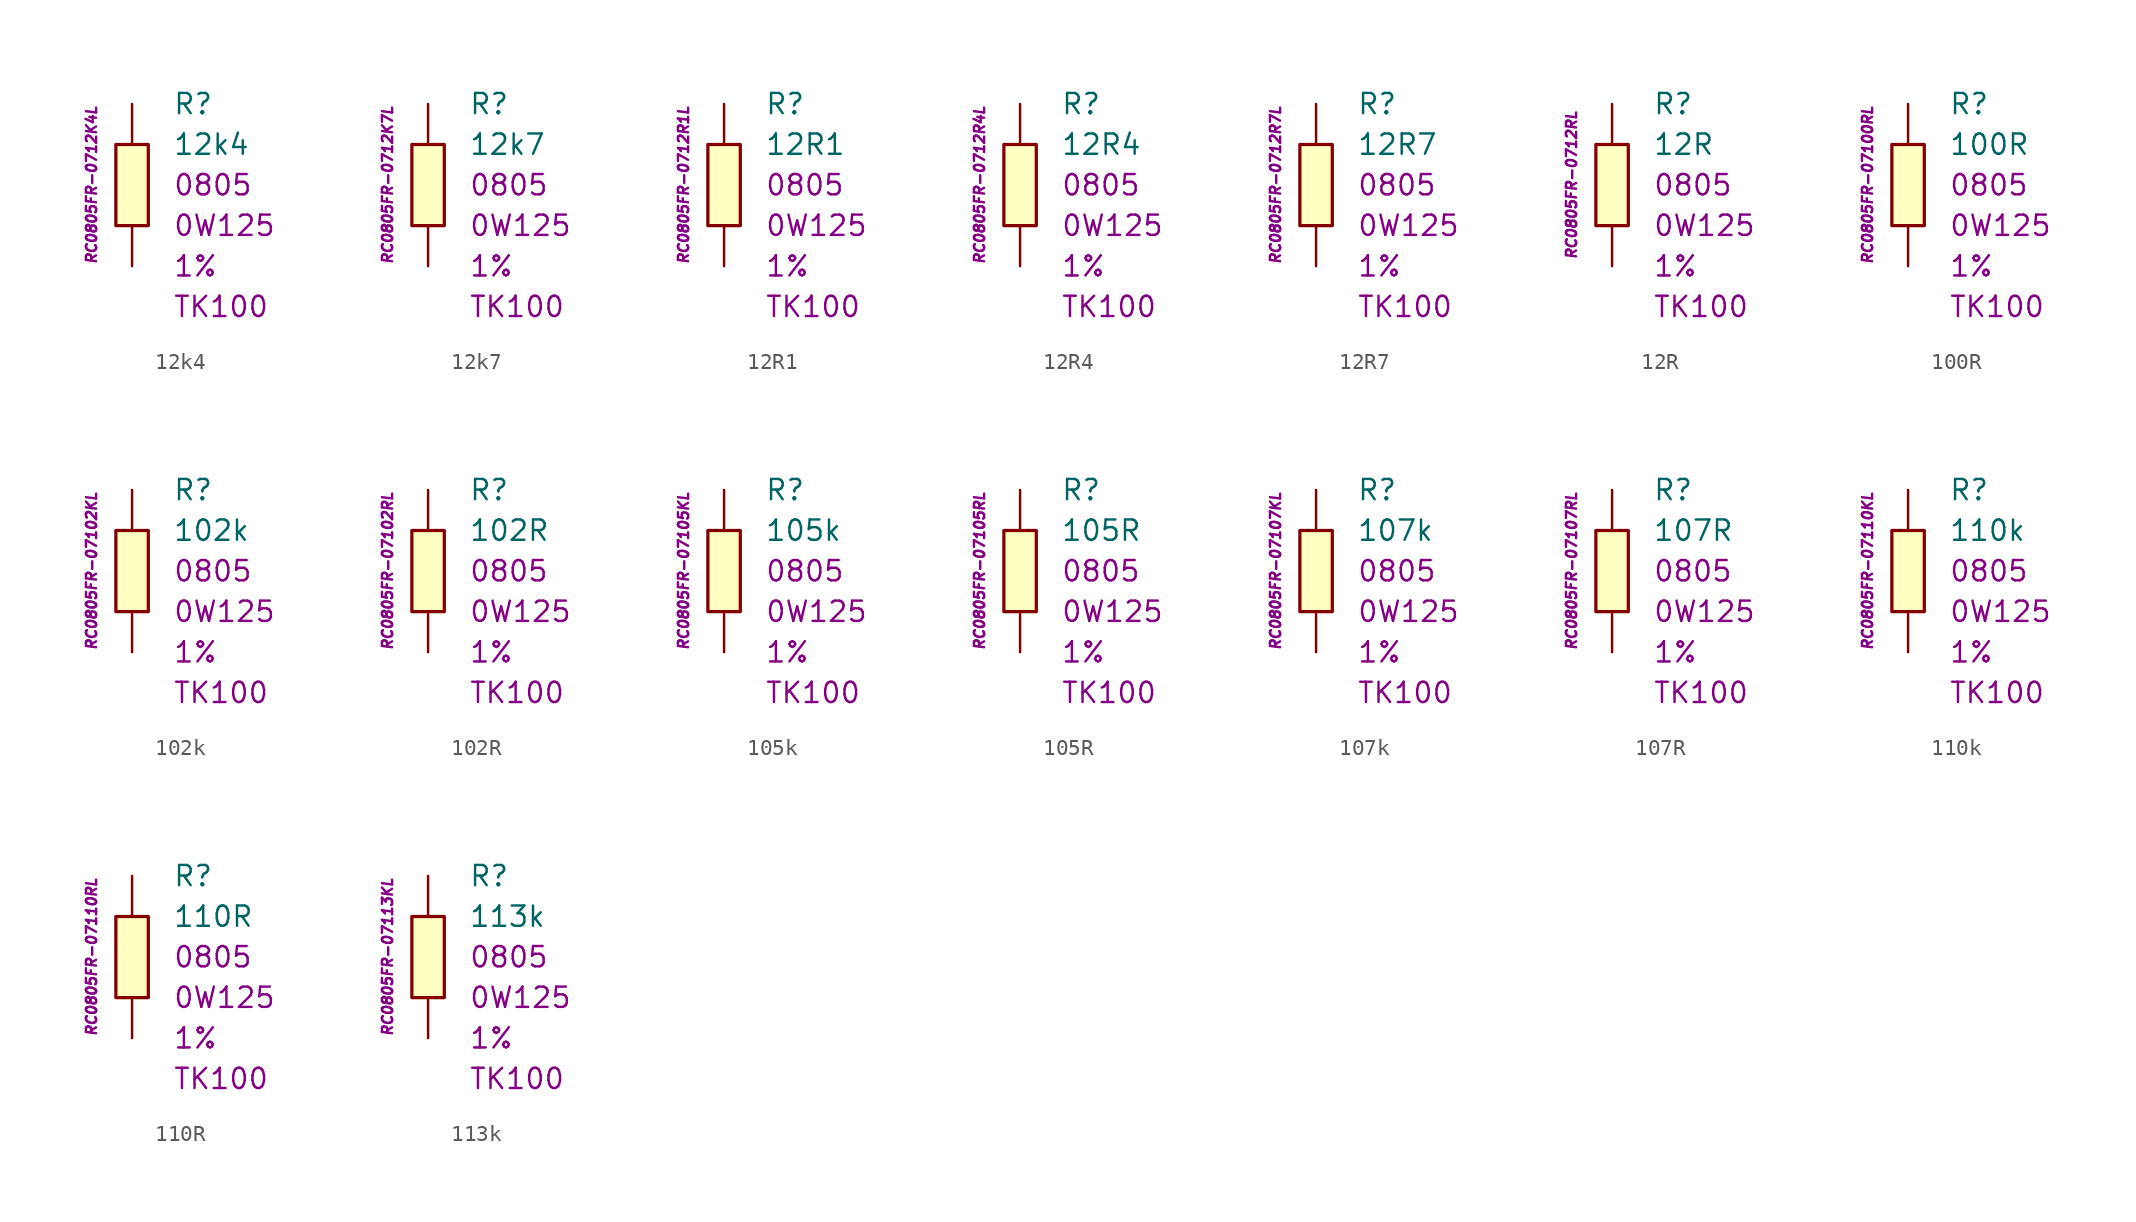
<source format=kicad_sym>
(kicad_symbol_lib
  (version 20201005)
  (generator kicad_symbol_editor)
  (symbol "12k4"
    (pin_numbers hide)
    (pin_names
      (offset 1.016) hide)
    (property "Reference" "R"
      (at 2.54 5.08 0)
      (effects (font (size 1.27 1.27)) (justify left)))
    (property "Value" "12k4"
      (at 2.54 2.54 0)
      (effects (font (size 1.27 1.27)) (justify left)))
    (property "Package" "0805"
      (at 2.54 0 0)
      (effects (font (size 1.27 1.27)) (justify left)))
    (property "Power" "0W125"
      (at 2.54 -2.54 0)
      (effects (font (size 1.27 1.27)) (justify left)))
    (property "Tolerance" "1%"
      (at 2.54 -5.08 0)
      (effects (font (size 1.27 1.27)) (justify left)))
    (property "TK" "TK100"
      (at 2.54 -7.62 0)
      (effects (font (size 1.27 1.27)) (justify left)))
    (property "ID" "RC0805FR-0712K4L"
      (at -2.54 0 90)
      (effects (font (size 0.635 0.635) italic)))
    (symbol "12k4_0_1"
      (rectangle (start -1.016 2.54) (end 1.016 -2.54) (stroke (width 0.203)) (fill (type background))))
    (symbol "12k4_1_1"
      (pin passive line (at 0 5.08 270) (length 2.54) (name "~" (effects (font (size 1.778 1.778)))) (number "1" (effects (font (size 1.778 1.778)))))
      (pin passive line (at 0 -5.08 90) (length 2.54) (name "~" (effects (font (size 1.778 1.778)))) (number "2" (effects (font (size 1.778 1.778)))))))
  (symbol "12k7"
    (pin_numbers hide)
    (pin_names
      (offset 1.016) hide)
    (property "Reference" "R"
      (at 2.54 5.08 0)
      (effects (font (size 1.27 1.27)) (justify left)))
    (property "Value" "12k7"
      (at 2.54 2.54 0)
      (effects (font (size 1.27 1.27)) (justify left)))
    (property "Package" "0805"
      (at 2.54 0 0)
      (effects (font (size 1.27 1.27)) (justify left)))
    (property "Power" "0W125"
      (at 2.54 -2.54 0)
      (effects (font (size 1.27 1.27)) (justify left)))
    (property "Tolerance" "1%"
      (at 2.54 -5.08 0)
      (effects (font (size 1.27 1.27)) (justify left)))
    (property "TK" "TK100"
      (at 2.54 -7.62 0)
      (effects (font (size 1.27 1.27)) (justify left)))
    (property "ID" "RC0805FR-0712K7L"
      (at -2.54 0 90)
      (effects (font (size 0.635 0.635) italic)))
    (symbol "12k7_0_1"
      (rectangle (start -1.016 2.54) (end 1.016 -2.54) (stroke (width 0.203)) (fill (type background))))
    (symbol "12k7_1_1"
      (pin passive line (at 0 5.08 270) (length 2.54) (name "~" (effects (font (size 1.778 1.778)))) (number "1" (effects (font (size 1.778 1.778)))))
      (pin passive line (at 0 -5.08 90) (length 2.54) (name "~" (effects (font (size 1.778 1.778)))) (number "2" (effects (font (size 1.778 1.778)))))))
  (symbol "12R1"
    (pin_numbers hide)
    (pin_names
      (offset 1.016) hide)
    (property "Reference" "R"
      (at 2.54 5.08 0)
      (effects (font (size 1.27 1.27)) (justify left)))
    (property "Value" "12R1"
      (at 2.54 2.54 0)
      (effects (font (size 1.27 1.27)) (justify left)))
    (property "Package" "0805"
      (at 2.54 0 0)
      (effects (font (size 1.27 1.27)) (justify left)))
    (property "Power" "0W125"
      (at 2.54 -2.54 0)
      (effects (font (size 1.27 1.27)) (justify left)))
    (property "Tolerance" "1%"
      (at 2.54 -5.08 0)
      (effects (font (size 1.27 1.27)) (justify left)))
    (property "TK" "TK100"
      (at 2.54 -7.62 0)
      (effects (font (size 1.27 1.27)) (justify left)))
    (property "ID" "RC0805FR-0712R1L"
      (at -2.54 0 90)
      (effects (font (size 0.635 0.635) italic)))
    (symbol "12R1_0_1"
      (rectangle (start -1.016 2.54) (end 1.016 -2.54) (stroke (width 0.203)) (fill (type background))))
    (symbol "12R1_1_1"
      (pin passive line (at 0 5.08 270) (length 2.54) (name "~" (effects (font (size 1.778 1.778)))) (number "1" (effects (font (size 1.778 1.778)))))
      (pin passive line (at 0 -5.08 90) (length 2.54) (name "~" (effects (font (size 1.778 1.778)))) (number "2" (effects (font (size 1.778 1.778)))))))
  (symbol "12R4"
    (pin_numbers hide)
    (pin_names
      (offset 1.016) hide)
    (property "Reference" "R"
      (at 2.54 5.08 0)
      (effects (font (size 1.27 1.27)) (justify left)))
    (property "Value" "12R4"
      (at 2.54 2.54 0)
      (effects (font (size 1.27 1.27)) (justify left)))
    (property "Package" "0805"
      (at 2.54 0 0)
      (effects (font (size 1.27 1.27)) (justify left)))
    (property "Power" "0W125"
      (at 2.54 -2.54 0)
      (effects (font (size 1.27 1.27)) (justify left)))
    (property "Tolerance" "1%"
      (at 2.54 -5.08 0)
      (effects (font (size 1.27 1.27)) (justify left)))
    (property "TK" "TK100"
      (at 2.54 -7.62 0)
      (effects (font (size 1.27 1.27)) (justify left)))
    (property "ID" "RC0805FR-0712R4L"
      (at -2.54 0 90)
      (effects (font (size 0.635 0.635) italic)))
    (symbol "12R4_0_1"
      (rectangle (start -1.016 2.54) (end 1.016 -2.54) (stroke (width 0.203)) (fill (type background))))
    (symbol "12R4_1_1"
      (pin passive line (at 0 5.08 270) (length 2.54) (name "~" (effects (font (size 1.778 1.778)))) (number "1" (effects (font (size 1.778 1.778)))))
      (pin passive line (at 0 -5.08 90) (length 2.54) (name "~" (effects (font (size 1.778 1.778)))) (number "2" (effects (font (size 1.778 1.778)))))))
  (symbol "12R7"
    (pin_numbers hide)
    (pin_names
      (offset 1.016) hide)
    (property "Reference" "R"
      (at 2.54 5.08 0)
      (effects (font (size 1.27 1.27)) (justify left)))
    (property "Value" "12R7"
      (at 2.54 2.54 0)
      (effects (font (size 1.27 1.27)) (justify left)))
    (property "Package" "0805"
      (at 2.54 0 0)
      (effects (font (size 1.27 1.27)) (justify left)))
    (property "Power" "0W125"
      (at 2.54 -2.54 0)
      (effects (font (size 1.27 1.27)) (justify left)))
    (property "Tolerance" "1%"
      (at 2.54 -5.08 0)
      (effects (font (size 1.27 1.27)) (justify left)))
    (property "TK" "TK100"
      (at 2.54 -7.62 0)
      (effects (font (size 1.27 1.27)) (justify left)))
    (property "ID" "RC0805FR-0712R7L"
      (at -2.54 0 90)
      (effects (font (size 0.635 0.635) italic)))
    (symbol "12R7_0_1"
      (rectangle (start -1.016 2.54) (end 1.016 -2.54) (stroke (width 0.203)) (fill (type background))))
    (symbol "12R7_1_1"
      (pin passive line (at 0 5.08 270) (length 2.54) (name "~" (effects (font (size 1.778 1.778)))) (number "1" (effects (font (size 1.778 1.778)))))
      (pin passive line (at 0 -5.08 90) (length 2.54) (name "~" (effects (font (size 1.778 1.778)))) (number "2" (effects (font (size 1.778 1.778)))))))
  (symbol "12R"
    (pin_numbers hide)
    (pin_names
      (offset 1.016) hide)
    (property "Reference" "R"
      (at 2.54 5.08 0)
      (effects (font (size 1.27 1.27)) (justify left)))
    (property "Value" "12R"
      (at 2.54 2.54 0)
      (effects (font (size 1.27 1.27)) (justify left)))
    (property "Package" "0805"
      (at 2.54 0 0)
      (effects (font (size 1.27 1.27)) (justify left)))
    (property "Power" "0W125"
      (at 2.54 -2.54 0)
      (effects (font (size 1.27 1.27)) (justify left)))
    (property "Tolerance" "1%"
      (at 2.54 -5.08 0)
      (effects (font (size 1.27 1.27)) (justify left)))
    (property "TK" "TK100"
      (at 2.54 -7.62 0)
      (effects (font (size 1.27 1.27)) (justify left)))
    (property "ID" "RC0805FR-0712RL"
      (at -2.54 0 90)
      (effects (font (size 0.635 0.635) italic)))
    (symbol "12R_0_1"
      (rectangle (start -1.016 2.54) (end 1.016 -2.54) (stroke (width 0.203)) (fill (type background))))
    (symbol "12R_1_1"
      (pin passive line (at 0 5.08 270) (length 2.54) (name "~" (effects (font (size 1.778 1.778)))) (number "1" (effects (font (size 1.778 1.778)))))
      (pin passive line (at 0 -5.08 90) (length 2.54) (name "~" (effects (font (size 1.778 1.778)))) (number "2" (effects (font (size 1.778 1.778)))))))
  (symbol "100R"
    (pin_numbers hide)
    (pin_names
      (offset 1.016) hide)
    (property "Reference" "R"
      (at 2.54 5.08 0)
      (effects (font (size 1.27 1.27)) (justify left)))
    (property "Value" "100R"
      (at 2.54 2.54 0)
      (effects (font (size 1.27 1.27)) (justify left)))
    (property "Package" "0805"
      (at 2.54 0 0)
      (effects (font (size 1.27 1.27)) (justify left)))
    (property "Power" "0W125"
      (at 2.54 -2.54 0)
      (effects (font (size 1.27 1.27)) (justify left)))
    (property "Tolerance" "1%"
      (at 2.54 -5.08 0)
      (effects (font (size 1.27 1.27)) (justify left)))
    (property "TK" "TK100"
      (at 2.54 -7.62 0)
      (effects (font (size 1.27 1.27)) (justify left)))
    (property "ID" "RC0805FR-07100RL"
      (at -2.54 0 90)
      (effects (font (size 0.635 0.635) italic)))
    (symbol "100R_0_1"
      (rectangle (start -1.016 2.54) (end 1.016 -2.54) (stroke (width 0.203)) (fill (type background))))
    (symbol "100R_1_1"
      (pin passive line (at 0 5.08 270) (length 2.54) (name "~" (effects (font (size 1.778 1.778)))) (number "1" (effects (font (size 1.778 1.778)))))
      (pin passive line (at 0 -5.08 90) (length 2.54) (name "~" (effects (font (size 1.778 1.778)))) (number "2" (effects (font (size 1.778 1.778)))))))
  (symbol "102k"
    (pin_numbers hide)
    (pin_names
      (offset 1.016) hide)
    (property "Reference" "R"
      (at 2.54 5.08 0)
      (effects (font (size 1.27 1.27)) (justify left)))
    (property "Value" "102k"
      (at 2.54 2.54 0)
      (effects (font (size 1.27 1.27)) (justify left)))
    (property "Package" "0805"
      (at 2.54 0 0)
      (effects (font (size 1.27 1.27)) (justify left)))
    (property "Power" "0W125"
      (at 2.54 -2.54 0)
      (effects (font (size 1.27 1.27)) (justify left)))
    (property "Tolerance" "1%"
      (at 2.54 -5.08 0)
      (effects (font (size 1.27 1.27)) (justify left)))
    (property "TK" "TK100"
      (at 2.54 -7.62 0)
      (effects (font (size 1.27 1.27)) (justify left)))
    (property "ID" "RC0805FR-07102KL"
      (at -2.54 0 90)
      (effects (font (size 0.635 0.635) italic)))
    (symbol "102k_0_1"
      (rectangle (start -1.016 2.54) (end 1.016 -2.54) (stroke (width 0.203)) (fill (type background))))
    (symbol "102k_1_1"
      (pin passive line (at 0 5.08 270) (length 2.54) (name "~" (effects (font (size 1.778 1.778)))) (number "1" (effects (font (size 1.778 1.778)))))
      (pin passive line (at 0 -5.08 90) (length 2.54) (name "~" (effects (font (size 1.778 1.778)))) (number "2" (effects (font (size 1.778 1.778)))))))
  (symbol "102R"
    (pin_numbers hide)
    (pin_names
      (offset 1.016) hide)
    (property "Reference" "R"
      (at 2.54 5.08 0)
      (effects (font (size 1.27 1.27)) (justify left)))
    (property "Value" "102R"
      (at 2.54 2.54 0)
      (effects (font (size 1.27 1.27)) (justify left)))
    (property "Package" "0805"
      (at 2.54 0 0)
      (effects (font (size 1.27 1.27)) (justify left)))
    (property "Power" "0W125"
      (at 2.54 -2.54 0)
      (effects (font (size 1.27 1.27)) (justify left)))
    (property "Tolerance" "1%"
      (at 2.54 -5.08 0)
      (effects (font (size 1.27 1.27)) (justify left)))
    (property "TK" "TK100"
      (at 2.54 -7.62 0)
      (effects (font (size 1.27 1.27)) (justify left)))
    (property "ID" "RC0805FR-07102RL"
      (at -2.54 0 90)
      (effects (font (size 0.635 0.635) italic)))
    (symbol "102R_0_1"
      (rectangle (start -1.016 2.54) (end 1.016 -2.54) (stroke (width 0.203)) (fill (type background))))
    (symbol "102R_1_1"
      (pin passive line (at 0 5.08 270) (length 2.54) (name "~" (effects (font (size 1.778 1.778)))) (number "1" (effects (font (size 1.778 1.778)))))
      (pin passive line (at 0 -5.08 90) (length 2.54) (name "~" (effects (font (size 1.778 1.778)))) (number "2" (effects (font (size 1.778 1.778)))))))
  (symbol "105k"
    (pin_numbers hide)
    (pin_names
      (offset 1.016) hide)
    (property "Reference" "R"
      (at 2.54 5.08 0)
      (effects (font (size 1.27 1.27)) (justify left)))
    (property "Value" "105k"
      (at 2.54 2.54 0)
      (effects (font (size 1.27 1.27)) (justify left)))
    (property "Package" "0805"
      (at 2.54 0 0)
      (effects (font (size 1.27 1.27)) (justify left)))
    (property "Power" "0W125"
      (at 2.54 -2.54 0)
      (effects (font (size 1.27 1.27)) (justify left)))
    (property "Tolerance" "1%"
      (at 2.54 -5.08 0)
      (effects (font (size 1.27 1.27)) (justify left)))
    (property "TK" "TK100"
      (at 2.54 -7.62 0)
      (effects (font (size 1.27 1.27)) (justify left)))
    (property "ID" "RC0805FR-07105KL"
      (at -2.54 0 90)
      (effects (font (size 0.635 0.635) italic)))
    (symbol "105k_0_1"
      (rectangle (start -1.016 2.54) (end 1.016 -2.54) (stroke (width 0.203)) (fill (type background))))
    (symbol "105k_1_1"
      (pin passive line (at 0 5.08 270) (length 2.54) (name "~" (effects (font (size 1.778 1.778)))) (number "1" (effects (font (size 1.778 1.778)))))
      (pin passive line (at 0 -5.08 90) (length 2.54) (name "~" (effects (font (size 1.778 1.778)))) (number "2" (effects (font (size 1.778 1.778)))))))
  (symbol "105R"
    (pin_numbers hide)
    (pin_names
      (offset 1.016) hide)
    (property "Reference" "R"
      (at 2.54 5.08 0)
      (effects (font (size 1.27 1.27)) (justify left)))
    (property "Value" "105R"
      (at 2.54 2.54 0)
      (effects (font (size 1.27 1.27)) (justify left)))
    (property "Package" "0805"
      (at 2.54 0 0)
      (effects (font (size 1.27 1.27)) (justify left)))
    (property "Power" "0W125"
      (at 2.54 -2.54 0)
      (effects (font (size 1.27 1.27)) (justify left)))
    (property "Tolerance" "1%"
      (at 2.54 -5.08 0)
      (effects (font (size 1.27 1.27)) (justify left)))
    (property "TK" "TK100"
      (at 2.54 -7.62 0)
      (effects (font (size 1.27 1.27)) (justify left)))
    (property "ID" "RC0805FR-07105RL"
      (at -2.54 0 90)
      (effects (font (size 0.635 0.635) italic)))
    (symbol "105R_0_1"
      (rectangle (start -1.016 2.54) (end 1.016 -2.54) (stroke (width 0.203)) (fill (type background))))
    (symbol "105R_1_1"
      (pin passive line (at 0 5.08 270) (length 2.54) (name "~" (effects (font (size 1.778 1.778)))) (number "1" (effects (font (size 1.778 1.778)))))
      (pin passive line (at 0 -5.08 90) (length 2.54) (name "~" (effects (font (size 1.778 1.778)))) (number "2" (effects (font (size 1.778 1.778)))))))
  (symbol "107k"
    (pin_numbers hide)
    (pin_names
      (offset 1.016) hide)
    (property "Reference" "R"
      (at 2.54 5.08 0)
      (effects (font (size 1.27 1.27)) (justify left)))
    (property "Value" "107k"
      (at 2.54 2.54 0)
      (effects (font (size 1.27 1.27)) (justify left)))
    (property "Package" "0805"
      (at 2.54 0 0)
      (effects (font (size 1.27 1.27)) (justify left)))
    (property "Power" "0W125"
      (at 2.54 -2.54 0)
      (effects (font (size 1.27 1.27)) (justify left)))
    (property "Tolerance" "1%"
      (at 2.54 -5.08 0)
      (effects (font (size 1.27 1.27)) (justify left)))
    (property "TK" "TK100"
      (at 2.54 -7.62 0)
      (effects (font (size 1.27 1.27)) (justify left)))
    (property "ID" "RC0805FR-07107KL"
      (at -2.54 0 90)
      (effects (font (size 0.635 0.635) italic)))
    (symbol "107k_0_1"
      (rectangle (start -1.016 2.54) (end 1.016 -2.54) (stroke (width 0.203)) (fill (type background))))
    (symbol "107k_1_1"
      (pin passive line (at 0 5.08 270) (length 2.54) (name "~" (effects (font (size 1.778 1.778)))) (number "1" (effects (font (size 1.778 1.778)))))
      (pin passive line (at 0 -5.08 90) (length 2.54) (name "~" (effects (font (size 1.778 1.778)))) (number "2" (effects (font (size 1.778 1.778)))))))
  (symbol "107R"
    (pin_numbers hide)
    (pin_names
      (offset 1.016) hide)
    (property "Reference" "R"
      (at 2.54 5.08 0)
      (effects (font (size 1.27 1.27)) (justify left)))
    (property "Value" "107R"
      (at 2.54 2.54 0)
      (effects (font (size 1.27 1.27)) (justify left)))
    (property "Package" "0805"
      (at 2.54 0 0)
      (effects (font (size 1.27 1.27)) (justify left)))
    (property "Power" "0W125"
      (at 2.54 -2.54 0)
      (effects (font (size 1.27 1.27)) (justify left)))
    (property "Tolerance" "1%"
      (at 2.54 -5.08 0)
      (effects (font (size 1.27 1.27)) (justify left)))
    (property "TK" "TK100"
      (at 2.54 -7.62 0)
      (effects (font (size 1.27 1.27)) (justify left)))
    (property "ID" "RC0805FR-07107RL"
      (at -2.54 0 90)
      (effects (font (size 0.635 0.635) italic)))
    (symbol "107R_0_1"
      (rectangle (start -1.016 2.54) (end 1.016 -2.54) (stroke (width 0.203)) (fill (type background))))
    (symbol "107R_1_1"
      (pin passive line (at 0 5.08 270) (length 2.54) (name "~" (effects (font (size 1.778 1.778)))) (number "1" (effects (font (size 1.778 1.778)))))
      (pin passive line (at 0 -5.08 90) (length 2.54) (name "~" (effects (font (size 1.778 1.778)))) (number "2" (effects (font (size 1.778 1.778)))))))
  (symbol "110k"
    (pin_numbers hide)
    (pin_names
      (offset 1.016) hide)
    (property "Reference" "R"
      (at 2.54 5.08 0)
      (effects (font (size 1.27 1.27)) (justify left)))
    (property "Value" "110k"
      (at 2.54 2.54 0)
      (effects (font (size 1.27 1.27)) (justify left)))
    (property "Package" "0805"
      (at 2.54 0 0)
      (effects (font (size 1.27 1.27)) (justify left)))
    (property "Power" "0W125"
      (at 2.54 -2.54 0)
      (effects (font (size 1.27 1.27)) (justify left)))
    (property "Tolerance" "1%"
      (at 2.54 -5.08 0)
      (effects (font (size 1.27 1.27)) (justify left)))
    (property "TK" "TK100"
      (at 2.54 -7.62 0)
      (effects (font (size 1.27 1.27)) (justify left)))
    (property "ID" "RC0805FR-07110KL"
      (at -2.54 0 90)
      (effects (font (size 0.635 0.635) italic)))
    (symbol "110k_0_1"
      (rectangle (start -1.016 2.54) (end 1.016 -2.54) (stroke (width 0.203)) (fill (type background))))
    (symbol "110k_1_1"
      (pin passive line (at 0 5.08 270) (length 2.54) (name "~" (effects (font (size 1.778 1.778)))) (number "1" (effects (font (size 1.778 1.778)))))
      (pin passive line (at 0 -5.08 90) (length 2.54) (name "~" (effects (font (size 1.778 1.778)))) (number "2" (effects (font (size 1.778 1.778)))))))
  (symbol "110R"
    (pin_numbers hide)
    (pin_names
      (offset 1.016) hide)
    (property "Reference" "R"
      (at 2.54 5.08 0)
      (effects (font (size 1.27 1.27)) (justify left)))
    (property "Value" "110R"
      (at 2.54 2.54 0)
      (effects (font (size 1.27 1.27)) (justify left)))
    (property "Package" "0805"
      (at 2.54 0 0)
      (effects (font (size 1.27 1.27)) (justify left)))
    (property "Power" "0W125"
      (at 2.54 -2.54 0)
      (effects (font (size 1.27 1.27)) (justify left)))
    (property "Tolerance" "1%"
      (at 2.54 -5.08 0)
      (effects (font (size 1.27 1.27)) (justify left)))
    (property "TK" "TK100"
      (at 2.54 -7.62 0)
      (effects (font (size 1.27 1.27)) (justify left)))
    (property "ID" "RC0805FR-07110RL"
      (at -2.54 0 90)
      (effects (font (size 0.635 0.635) italic)))
    (symbol "110R_0_1"
      (rectangle (start -1.016 2.54) (end 1.016 -2.54) (stroke (width 0.203)) (fill (type background))))
    (symbol "110R_1_1"
      (pin passive line (at 0 5.08 270) (length 2.54) (name "~" (effects (font (size 1.778 1.778)))) (number "1" (effects (font (size 1.778 1.778)))))
      (pin passive line (at 0 -5.08 90) (length 2.54) (name "~" (effects (font (size 1.778 1.778)))) (number "2" (effects (font (size 1.778 1.778)))))))
  (symbol "113k"
    (pin_numbers hide)
    (pin_names
      (offset 1.016) hide)
    (property "Reference" "R"
      (at 2.54 5.08 0)
      (effects (font (size 1.27 1.27)) (justify left)))
    (property "Value" "113k"
      (at 2.54 2.54 0)
      (effects (font (size 1.27 1.27)) (justify left)))
    (property "Package" "0805"
      (at 2.54 0 0)
      (effects (font (size 1.27 1.27)) (justify left)))
    (property "Power" "0W125"
      (at 2.54 -2.54 0)
      (effects (font (size 1.27 1.27)) (justify left)))
    (property "Tolerance" "1%"
      (at 2.54 -5.08 0)
      (effects (font (size 1.27 1.27)) (justify left)))
    (property "TK" "TK100"
      (at 2.54 -7.62 0)
      (effects (font (size 1.27 1.27)) (justify left)))
    (property "ID" "RC0805FR-07113KL"
      (at -2.54 0 90)
      (effects (font (size 0.635 0.635) italic)))
    (symbol "113k_0_1"
      (rectangle (start -1.016 2.54) (end 1.016 -2.54) (stroke (width 0.203)) (fill (type background))))
    (symbol "113k_1_1"
      (pin passive line (at 0 5.08 270) (length 2.54) (name "~" (effects (font (size 1.778 1.778)))) (number "1" (effects (font (size 1.778 1.778)))))
      (pin passive line (at 0 -5.08 90) (length 2.54) (name "~" (effects (font (size 1.778 1.778)))) (number "2" (effects (font (size 1.778 1.778))))))))
</source>
